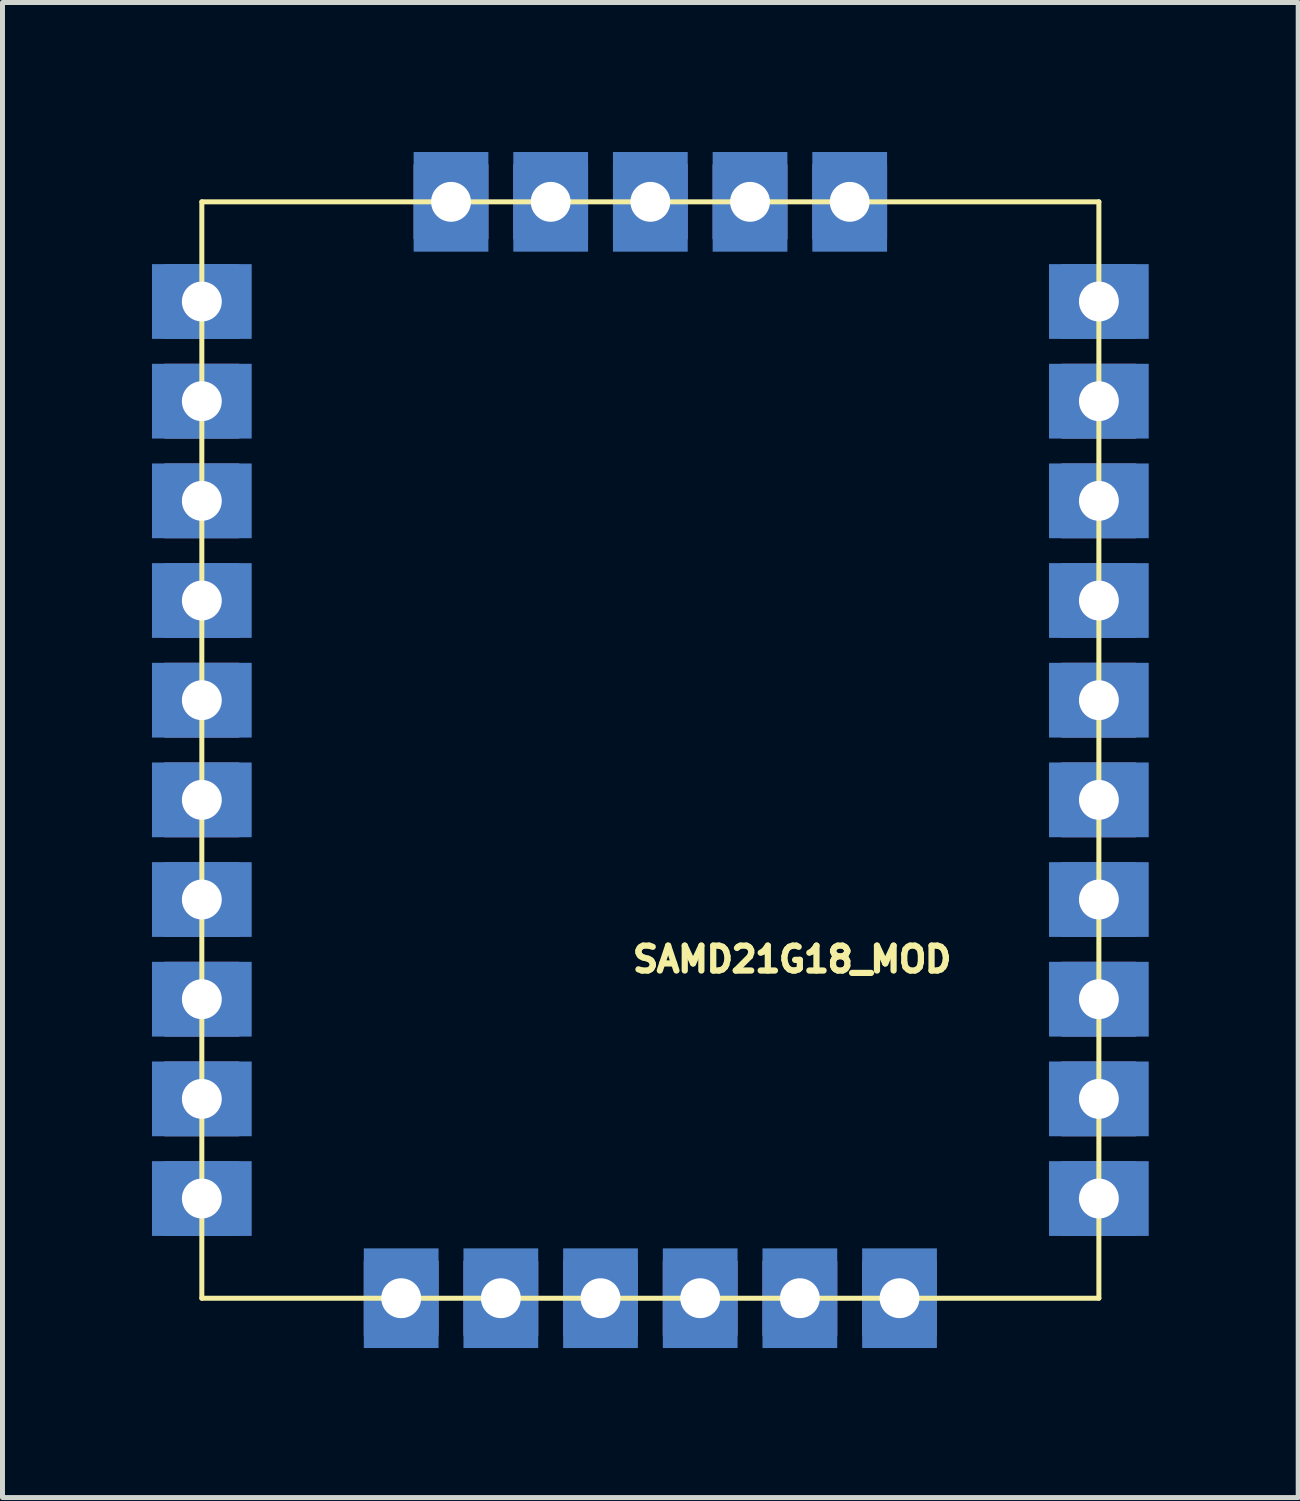
<source format=kicad_pcb>
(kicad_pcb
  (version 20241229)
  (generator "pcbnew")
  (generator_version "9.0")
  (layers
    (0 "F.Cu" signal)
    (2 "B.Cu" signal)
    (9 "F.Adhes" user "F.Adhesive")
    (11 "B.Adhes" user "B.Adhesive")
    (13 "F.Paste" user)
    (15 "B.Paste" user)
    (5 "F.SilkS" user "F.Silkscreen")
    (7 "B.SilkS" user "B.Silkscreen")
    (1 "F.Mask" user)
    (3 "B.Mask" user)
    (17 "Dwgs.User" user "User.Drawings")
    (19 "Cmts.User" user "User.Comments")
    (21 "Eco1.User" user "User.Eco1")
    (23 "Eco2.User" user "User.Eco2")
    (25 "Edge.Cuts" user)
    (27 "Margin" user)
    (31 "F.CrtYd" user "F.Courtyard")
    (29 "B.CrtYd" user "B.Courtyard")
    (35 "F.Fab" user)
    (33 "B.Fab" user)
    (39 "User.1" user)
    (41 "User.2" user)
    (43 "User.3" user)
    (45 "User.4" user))
  (footprint "SAMD21G18_MOD"
    (layer "F.Cu")
    (at 10 12)
    (property "Reference" "SAMD21G18_MOD" (at 2.845 4.2 0) (layer "F.SilkS") (effects (font (size 0.5 0.5) (thickness 0.125))))
    (attr through_hole)
    (fp_line (start -9 -11) (end 9 -11) (stroke (width 0.1) (type solid)) (layer "F.SilkS"))
    (fp_line (start -9 11) (end -9 -11) (stroke (width 0.1) (type solid)) (layer "F.SilkS"))
    (fp_line (start 9 -11) (end 9 11) (stroke (width 0.1) (type solid)) (layer "F.SilkS"))
    (fp_line (start 9 11) (end -9 11) (stroke (width 0.1) (type solid)) (layer "F.SilkS"))
    (pad "1" thru_hole rect (at -9 -9) (size 1.5 1.5) (drill 0.8) (layers "*.Cu" "*.Mask"))
    (pad "1" smd rect (at -9 -9) (size 2 1.5) (layers "B.Cu" "B.Mask"))
    (pad "2" thru_hole rect (at -9 -7) (size 1.5 1.5) (drill 0.8) (layers "*.Cu" "*.Mask"))
    (pad "2" smd rect (at -9 -7) (size 2 1.5) (layers "B.Cu" "B.Mask"))
    (pad "3" thru_hole rect (at -9 -5) (size 1.5 1.5) (drill 0.8) (layers "*.Cu" "*.Mask"))
    (pad "3" smd rect (at -9 -5) (size 2 1.5) (layers "B.Cu" "B.Mask"))
    (pad "4" thru_hole rect (at -9 -3) (size 1.5 1.5) (drill 0.8) (layers "*.Cu" "*.Mask"))
    (pad "4" smd rect (at -9 -3) (size 2 1.5) (layers "B.Cu" "B.Mask"))
    (pad "5" thru_hole rect (at -9 -1) (size 1.5 1.5) (drill 0.8) (layers "*.Cu" "*.Mask"))
    (pad "5" smd rect (at -9 -1) (size 2 1.5) (layers "B.Cu" "B.Mask"))
    (pad "6" thru_hole rect (at -9 1) (size 1.5 1.5) (drill 0.8) (layers "*.Cu" "*.Mask"))
    (pad "6" smd rect (at -9 1) (size 2 1.5) (layers "B.Cu" "B.Mask"))
    (pad "7" thru_hole rect (at -9 3) (size 1.5 1.5) (drill 0.8) (layers "*.Cu" "*.Mask"))
    (pad "7" smd rect (at -9 3) (size 2 1.5) (layers "B.Cu" "B.Mask"))
    (pad "8" thru_hole rect (at -9 5) (size 1.5 1.5) (drill 0.8) (layers "*.Cu" "*.Mask"))
    (pad "8" smd rect (at -9 5) (size 2 1.5) (layers "B.Cu" "B.Mask"))
    (pad "9" thru_hole rect (at -9 7) (size 1.5 1.5) (drill 0.8) (layers "*.Cu" "*.Mask"))
    (pad "9" smd rect (at -9 7) (size 2 1.5) (layers "B.Cu" "B.Mask"))
    (pad "10" thru_hole rect (at -9 9) (size 1.5 1.5) (drill 0.8) (layers "*.Cu" "*.Mask"))
    (pad "10" smd rect (at -9 9) (size 2 1.5) (layers "B.Cu" "B.Mask"))
    (pad "11" thru_hole rect (at -5 11 90) (size 1.5 1.5) (drill 0.8) (layers "*.Cu" "*.Mask"))
    (pad "11" smd rect (at -5 11 90) (size 2 1.5) (layers "B.Cu" "B.Mask"))
    (pad "12" thru_hole rect (at -3 11 90) (size 1.5 1.5) (drill 0.8) (layers "*.Cu" "*.Mask"))
    (pad "12" smd rect (at -3 11 90) (size 2 1.5) (layers "B.Cu" "B.Mask"))
    (pad "13" thru_hole rect (at -1 11 90) (size 1.5 1.5) (drill 0.8) (layers "*.Cu" "*.Mask"))
    (pad "13" smd rect (at -1 11 90) (size 2 1.5) (layers "B.Cu" "B.Mask"))
    (pad "14" thru_hole rect (at 1 11 90) (size 1.5 1.5) (drill 0.8) (layers "*.Cu" "*.Mask"))
    (pad "14" smd rect (at 1 11 90) (size 2 1.5) (layers "B.Cu" "B.Mask"))
    (pad "15" thru_hole rect (at 3 11 90) (size 1.5 1.5) (drill 0.8) (layers "*.Cu" "*.Mask"))
    (pad "15" smd rect (at 3 11 90) (size 2 1.5) (layers "B.Cu" "B.Mask"))
    (pad "16" thru_hole rect (at 5 11 90) (size 1.5 1.5) (drill 0.8) (layers "*.Cu" "*.Mask"))
    (pad "16" smd rect (at 5 11 90) (size 2 1.5) (layers "B.Cu" "B.Mask"))
    (pad "17" thru_hole rect (at 9 9) (size 1.5 1.5) (drill 0.8) (layers "*.Cu" "*.Mask"))
    (pad "17" smd rect (at 9 9) (size 2 1.5) (layers "B.Cu" "B.Mask"))
    (pad "18" thru_hole rect (at 9 7) (size 1.5 1.5) (drill 0.8) (layers "*.Cu" "*.Mask"))
    (pad "18" smd rect (at 9 7) (size 2 1.5) (layers "B.Cu" "B.Mask"))
    (pad "19" thru_hole rect (at 9 5) (size 1.5 1.5) (drill 0.8) (layers "*.Cu" "*.Mask"))
    (pad "19" smd rect (at 9 5) (size 2 1.5) (layers "B.Cu" "B.Mask"))
    (pad "20" thru_hole rect (at 9 3) (size 1.5 1.5) (drill 0.8) (layers "*.Cu" "*.Mask"))
    (pad "20" smd rect (at 9 3) (size 2 1.5) (layers "B.Cu" "B.Mask"))
    (pad "21" thru_hole rect (at 9 1) (size 1.5 1.5) (drill 0.8) (layers "*.Cu" "*.Mask"))
    (pad "21" smd rect (at 9 1) (size 2 1.5) (layers "B.Cu" "B.Mask"))
    (pad "22" thru_hole rect (at 9 -1) (size 1.5 1.5) (drill 0.8) (layers "*.Cu" "*.Mask"))
    (pad "22" smd rect (at 9 -1) (size 2 1.5) (layers "B.Cu" "B.Mask"))
    (pad "23" thru_hole rect (at 9 -3) (size 1.5 1.5) (drill 0.8) (layers "*.Cu" "*.Mask"))
    (pad "23" smd rect (at 9 -3) (size 2 1.5) (layers "B.Cu" "B.Mask"))
    (pad "24" thru_hole rect (at 9 -5) (size 1.5 1.5) (drill 0.8) (layers "*.Cu" "*.Mask"))
    (pad "24" smd rect (at 9 -5) (size 2 1.5) (layers "B.Cu" "B.Mask"))
    (pad "25" thru_hole rect (at 9 -7) (size 1.5 1.5) (drill 0.8) (layers "*.Cu" "*.Mask"))
    (pad "25" smd rect (at 9 -7) (size 2 1.5) (layers "B.Cu" "B.Mask"))
    (pad "26" thru_hole rect (at 9 -9) (size 1.5 1.5) (drill 0.8) (layers "*.Cu" "*.Mask"))
    (pad "26" smd rect (at 9 -9) (size 2 1.5) (layers "B.Cu" "B.Mask"))
    (pad "27" thru_hole rect (at 4 -11 90) (size 1.5 1.5) (drill 0.8) (layers "*.Cu" "*.Mask"))
    (pad "27" smd rect (at 4 -11 90) (size 2 1.5) (layers "B.Cu" "B.Mask"))
    (pad "28" thru_hole rect (at 2 -11 90) (size 1.5 1.5) (drill 0.8) (layers "*.Cu" "*.Mask"))
    (pad "28" smd rect (at 2 -11 90) (size 2 1.5) (layers "B.Cu" "B.Mask"))
    (pad "29" thru_hole rect (at 0 -11 90) (size 1.5 1.5) (drill 0.8) (layers "*.Cu" "*.Mask"))
    (pad "29" smd rect (at 0 -11 90) (size 2 1.5) (layers "B.Cu" "B.Mask"))
    (pad "30" thru_hole rect (at -2 -11 90) (size 1.5 1.5) (drill 0.8) (layers "*.Cu" "*.Mask"))
    (pad "30" smd rect (at -2 -11 90) (size 2 1.5) (layers "B.Cu" "B.Mask"))
    (pad "31" thru_hole rect (at -4 -11 90) (size 1.5 1.5) (drill 0.8) (layers "*.Cu" "*.Mask"))
    (pad "31" smd rect (at -4 -11 90) (size 2 1.5) (layers "B.Cu" "B.Mask")))
  (gr_rect
    (start -3 -3)
    (end 23 27)
    (stroke (width 0.1) (type default))
    (fill no)
    (layer "Edge.Cuts")))
</source>
